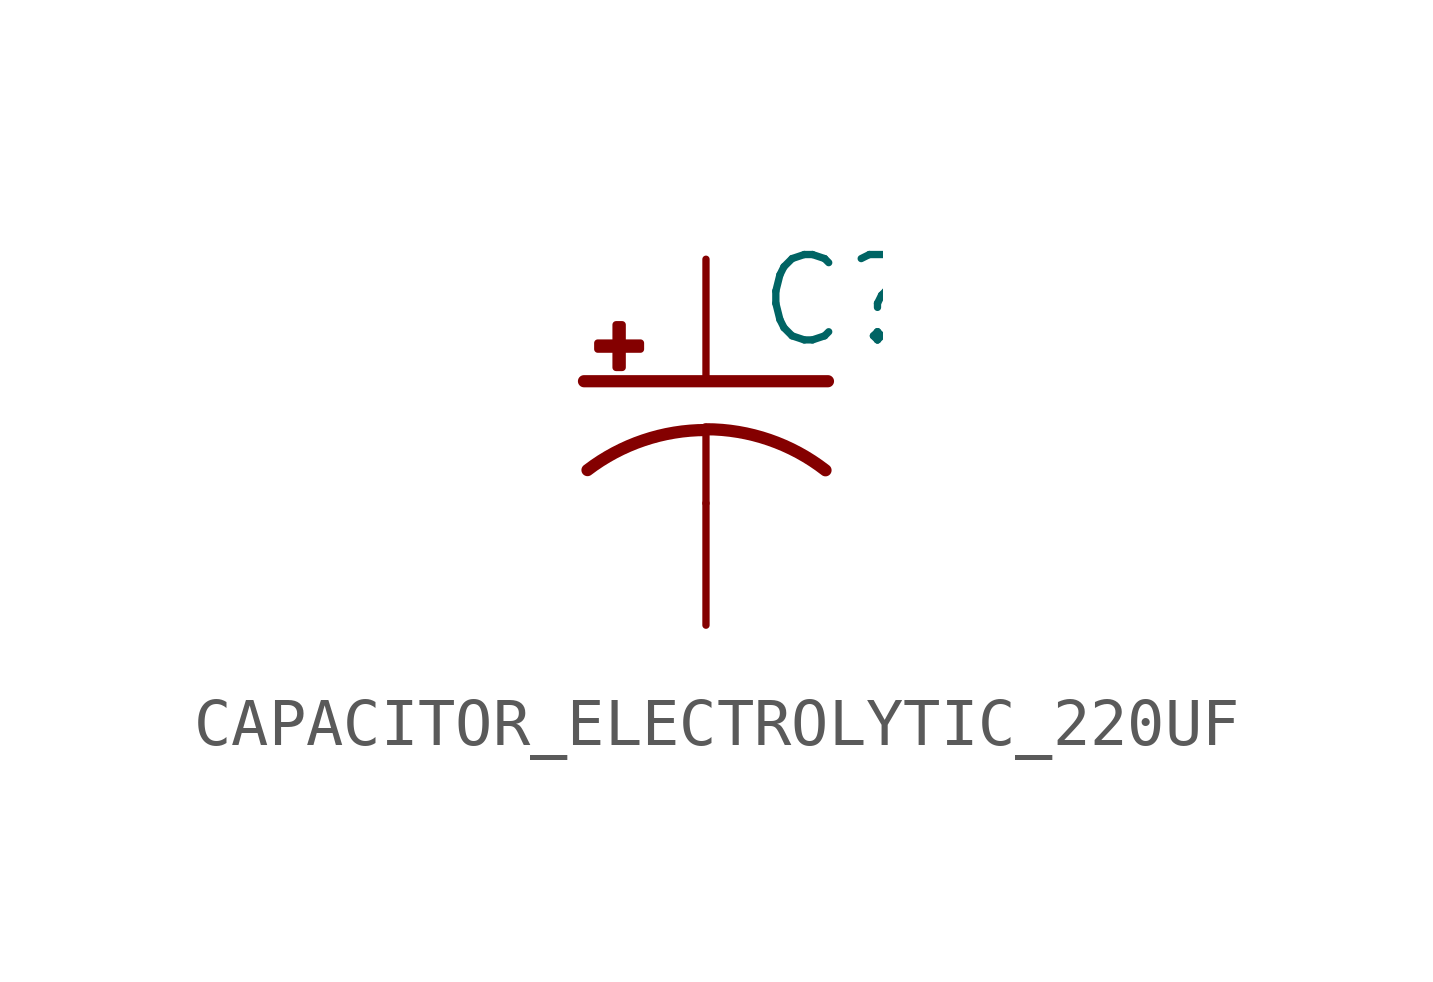
<source format=kicad_sym>
(kicad_symbol_lib
  (version 20220914)
  (generator kicad_symbol_editor)
  (symbol "CAPACITOR_ELECTROLYTIC_220UF"
    (property "Reference" "C"
      (at 1.016 0.635 0)
      (effects (font (size 1.778 1.778)) (justify left bottom)))
    (property "Value" ""
      (at 1.016 -4.191 0)
      (effects (font (size 1.778 1.778)) (justify left bottom)))
    (property "ki_locked" ""
      (at 0 0 0)
      (effects (font (size 1.27 1.27))))
    (symbol "CAPACITOR_ELECTROLYTIC_220UF_1_0"
      (rectangle (start -2.253 0.668) (end -1.364 0.795) (stroke (width 0) (type default)) (fill (type outline)))
      (rectangle (start -1.872 0.287) (end -1.745 1.176) (stroke (width 0) (type default)) (fill (type outline)))
      (arc (start 0 -1.0161) (mid -1.3021 -1.2303) (end -2.4669 -1.8504) (stroke (width 0.254) (type solid)) (fill (type none)))
      (polyline (pts (xy -2.54 0) (xy 2.54 0)) (stroke (width 0.254) (type solid)) (fill (type none)))
      (polyline (pts (xy 0 -1.016) (xy 0 -2.54)) (stroke (width 0.152) (type solid)) (fill (type none)))
      (arc (start 2.4892 -1.8541) (mid 1.3158 -1.2194) (end 0 -1) (stroke (width 0.254) (type solid)) (fill (type none)))
      (pin passive line (at 0 2.54 270) (length 2.54) (name "+" (effects (font (size 0 0)))) (number "+" (effects (font (size 0 0)))))
      (pin passive line (at 0 -5.08 90) (length 2.54) (name "-" (effects (font (size 0 0)))) (number "-" (effects (font (size 0 0))))))))
</source>
